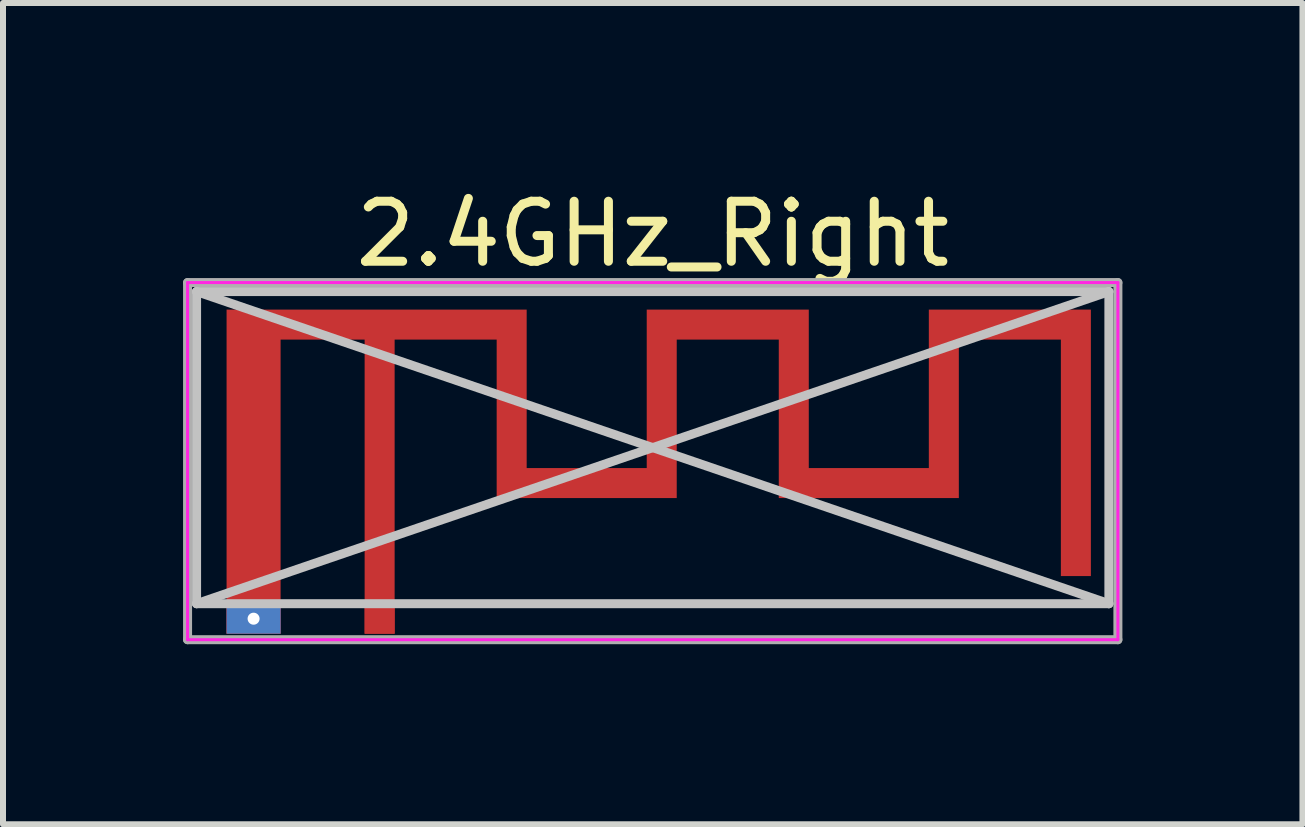
<source format=kicad_pcb>
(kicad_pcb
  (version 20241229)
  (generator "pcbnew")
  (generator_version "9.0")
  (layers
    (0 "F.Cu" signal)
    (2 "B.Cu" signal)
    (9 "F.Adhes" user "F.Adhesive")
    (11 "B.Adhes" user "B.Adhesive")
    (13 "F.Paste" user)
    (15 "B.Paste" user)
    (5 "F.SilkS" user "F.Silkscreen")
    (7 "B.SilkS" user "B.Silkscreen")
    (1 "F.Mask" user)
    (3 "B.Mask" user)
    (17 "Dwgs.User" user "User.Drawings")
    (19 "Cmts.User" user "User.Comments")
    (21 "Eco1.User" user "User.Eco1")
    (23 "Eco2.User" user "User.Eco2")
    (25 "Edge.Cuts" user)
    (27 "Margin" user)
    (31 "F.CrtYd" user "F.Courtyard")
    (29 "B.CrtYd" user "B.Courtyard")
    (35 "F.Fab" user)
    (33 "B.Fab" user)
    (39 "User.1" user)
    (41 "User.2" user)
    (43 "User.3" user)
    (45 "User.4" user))
  (footprint "2.4GHz_Right"
    (layer "F.Cu")
    (at 3.275 7.258)
    (property "Reference" "2.4GHz_Right" (at 4.55 -6.41 0) (layer "F.SilkS") (effects (font (size 1 1) (thickness 0.15))))
    (attr exclude_from_pos_files exclude_from_bom)
    (fp_poly (pts (xy 2.45 -2.51) (xy 4.45 -2.51) (xy 4.45 -5.15) (xy 7.15 -5.15) (xy 7.15 -2.51) (xy 9.15 -2.51) (xy 9.15 -5.15) (xy 11.85 -5.15) (xy 11.85 -0.71) (xy 11.35 -0.71) (xy 11.35 -4.65) (xy 9.65 -4.65) (xy 9.65 -2.01) (xy 6.65 -2.01) (xy 6.65 -4.65) (xy 4.95 -4.65) (xy 4.95 -2.01) (xy 1.95 -2.01) (xy 1.95 -4.65) (xy 0.25 -4.65) (xy 0.25 0.25) (xy -0.25 0.25) (xy -0.25 -4.65) (xy -1.65 -4.65) (xy -1.65 0.25) (xy -2.55 0.25) (xy -2.55 0.007) (xy -2.248 0.007) (xy -2.238 0.054) (xy -2.214 0.097) (xy -2.176 0.13) (xy -2.168 0.134) (xy -2.125 0.146) (xy -2.077 0.145) (xy -2.031 0.132) (xy -2.013 0.122) (xy -1.979 0.087) (xy -1.958 0.041) (xy -1.952 -0.008) (xy -1.96 -0.056) (xy -1.977 -0.089) (xy -2.012 -0.121) (xy -2.058 -0.141) (xy -2.107 -0.148) (xy -2.155 -0.14) (xy -2.188 -0.123) (xy -2.223 -0.086) (xy -2.243 -0.042) (xy -2.248 0.007) (xy -2.55 0.007) (xy -2.55 -5.15) (xy 2.45 -5.15) (xy 2.45 -2.51)) (stroke (width 0) (type solid)) (fill yes) (layer "F.Cu"))
    (fp_line (start -3.05 -5.45) (end 12.15 -5.45) (stroke (width 0.15) (type solid)) (layer "Dwgs.User"))
    (fp_line (start -3.05 -5.45) (end 12.15 -0.25) (stroke (width 0.15) (type solid)) (layer "Dwgs.User"))
    (fp_line (start -3.05 -0.25) (end -3.05 -5.45) (stroke (width 0.15) (type solid)) (layer "Dwgs.User"))
    (fp_line (start -3.05 -0.25) (end 12.15 -5.45) (stroke (width 0.15) (type solid)) (layer "Dwgs.User"))
    (fp_line (start -3.05 -0.25) (end 12.15 -0.25) (stroke (width 0.15) (type solid)) (layer "Dwgs.User"))
    (fp_line (start 12.15 -0.25) (end 12.15 -5.45) (stroke (width 0.15) (type solid)) (layer "Dwgs.User"))
    (fp_line (start -3.2 -5.6) (end 12.3 -5.6) (stroke (width 0.05) (type solid)) (layer "F.CrtYd"))
    (fp_line (start -3.2 0.35) (end -3.2 -5.6) (stroke (width 0.05) (type solid)) (layer "F.CrtYd"))
    (fp_line (start 12.3 -5.6) (end 12.3 0.35) (stroke (width 0.05) (type solid)) (layer "F.CrtYd"))
    (fp_line (start 12.3 0.35) (end -3.2 0.35) (stroke (width 0.05) (type solid)) (layer "F.CrtYd"))
    (fp_line (start -3.2 -5.6) (end 12.3 -5.6) (stroke (width 0.15) (type solid)) (layer "F.Fab"))
    (fp_line (start -3.2 0.35) (end -3.2 -5.6) (stroke (width 0.15) (type solid)) (layer "F.Fab"))
    (fp_line (start 12.3 -5.6) (end 12.3 0.35) (stroke (width 0.15) (type solid)) (layer "F.Fab"))
    (fp_line (start 12.3 0.35) (end -3.2 0.35) (stroke (width 0.15) (type solid)) (layer "F.Fab"))
    (pad "1" connect rect (at 0 0) (size 0.5 0.5) (layers "F.Cu"))
    (pad "2" thru_hole rect (at -2.1 0) (size 0.9 0.5) (drill 0.2) (layers "*.Cu")))
  (gr_rect
    (start -3 -3)
    (end 18.65 10.683)
    (stroke (width 0.1) (type default))
    (fill no)
    (layer "Edge.Cuts")))
</source>
